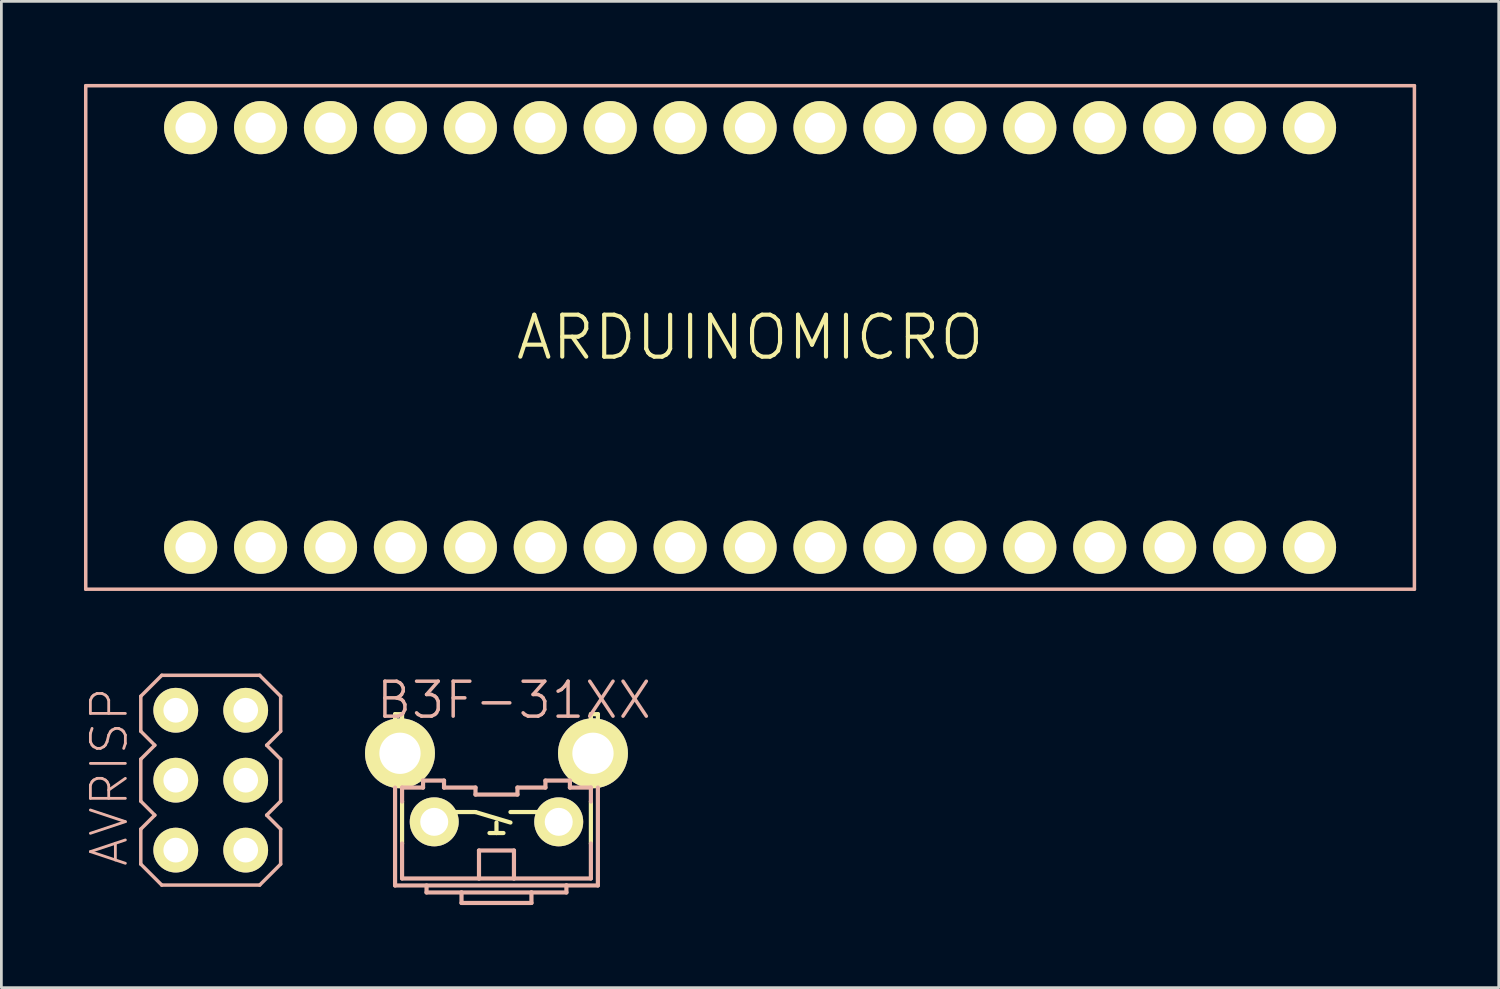
<source format=kicad_pcb>
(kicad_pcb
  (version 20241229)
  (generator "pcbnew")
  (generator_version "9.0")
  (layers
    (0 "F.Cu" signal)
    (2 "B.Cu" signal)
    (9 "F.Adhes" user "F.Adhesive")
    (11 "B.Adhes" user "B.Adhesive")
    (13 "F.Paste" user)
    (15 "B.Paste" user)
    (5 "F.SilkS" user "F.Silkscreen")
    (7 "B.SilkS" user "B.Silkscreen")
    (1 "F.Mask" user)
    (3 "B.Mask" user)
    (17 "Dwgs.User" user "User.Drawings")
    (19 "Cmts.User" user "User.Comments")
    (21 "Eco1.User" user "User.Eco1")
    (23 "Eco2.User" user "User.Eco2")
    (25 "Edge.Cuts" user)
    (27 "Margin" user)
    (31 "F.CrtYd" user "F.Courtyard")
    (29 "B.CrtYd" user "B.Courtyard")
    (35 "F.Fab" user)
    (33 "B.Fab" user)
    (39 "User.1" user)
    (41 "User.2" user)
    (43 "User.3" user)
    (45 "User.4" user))
  (footprint "B3F-31XX"
    (layer "F.Cu")
    (at 14.983 25.556)
    (property "Reference" "B3F-31XX" (at 0.635 -3.175 0) (layer "B.SilkS") (effects (font (size 1.27 1.27) (thickness 0.127))))
    (attr exclude_from_pos_files exclude_from_bom)
    (fp_line (start -3.683 -2.667) (end -3.429 -2.667) (stroke (width 0.152) (type solid)) (layer "F.SilkS"))
    (fp_line (start -3.683 0) (end -3.683 -2.667) (stroke (width 0.152) (type solid)) (layer "F.SilkS"))
    (fp_line (start -3.429 -2.667) (end -3.429 0) (stroke (width 0.152) (type solid)) (layer "F.SilkS"))
    (fp_line (start -3.429 0.508) (end -3.429 2.032) (stroke (width 0.152) (type solid)) (layer "F.SilkS"))
    (fp_line (start -1.651 0.889) (end -0.762 0.889) (stroke (width 0.152) (type solid)) (layer "F.SilkS"))
    (fp_line (start -0.762 0.889) (end 0.508 1.27) (stroke (width 0.152) (type solid)) (layer "F.SilkS"))
    (fp_line (start -0.254 1.651) (end 0 1.651) (stroke (width 0.152) (type solid)) (layer "F.SilkS"))
    (fp_line (start 0 1.27) (end 0 1.651) (stroke (width 0.152) (type solid)) (layer "F.SilkS"))
    (fp_line (start 0 1.651) (end 0.254 1.651) (stroke (width 0.152) (type solid)) (layer "F.SilkS"))
    (fp_line (start 0.508 0.889) (end 1.651 0.889) (stroke (width 0.152) (type solid)) (layer "F.SilkS"))
    (fp_line (start 3.429 -2.667) (end 3.683 -2.667) (stroke (width 0.152) (type solid)) (layer "F.SilkS"))
    (fp_line (start 3.429 0) (end 3.429 -2.667) (stroke (width 0.152) (type solid)) (layer "F.SilkS"))
    (fp_line (start 3.429 0.508) (end 3.429 2.032) (stroke (width 0.152) (type solid)) (layer "F.SilkS"))
    (fp_line (start 3.683 -2.667) (end 3.683 0) (stroke (width 0.152) (type solid)) (layer "F.SilkS"))
    (fp_line (start -3.683 0) (end -3.683 3.556) (stroke (width 0.152) (type solid)) (layer "B.SilkS"))
    (fp_line (start -3.429 0) (end -2.667 0) (stroke (width 0.152) (type solid)) (layer "B.SilkS"))
    (fp_line (start -3.429 0.508) (end -3.429 0) (stroke (width 0.152) (type solid)) (layer "B.SilkS"))
    (fp_line (start -3.429 2.032) (end -3.429 3.302) (stroke (width 0.152) (type solid)) (layer "B.SilkS"))
    (fp_line (start -3.429 3.302) (end -0.635 3.302) (stroke (width 0.152) (type solid)) (layer "B.SilkS"))
    (fp_line (start -2.667 -0.254) (end -2.667 0) (stroke (width 0.152) (type solid)) (layer "B.SilkS"))
    (fp_line (start -2.667 -0.254) (end -1.905 -0.254) (stroke (width 0.152) (type solid)) (layer "B.SilkS"))
    (fp_line (start -2.54 3.556) (end -2.54 3.81) (stroke (width 0.152) (type solid)) (layer "B.SilkS"))
    (fp_line (start -2.54 3.81) (end -1.27 3.81) (stroke (width 0.152) (type solid)) (layer "B.SilkS"))
    (fp_line (start -1.905 0) (end -1.905 -0.254) (stroke (width 0.152) (type solid)) (layer "B.SilkS"))
    (fp_line (start -1.905 0) (end -0.762 0) (stroke (width 0.152) (type solid)) (layer "B.SilkS"))
    (fp_line (start -1.27 3.81) (end -1.27 4.191) (stroke (width 0.152) (type solid)) (layer "B.SilkS"))
    (fp_line (start -1.27 3.81) (end 1.27 3.81) (stroke (width 0.152) (type solid)) (layer "B.SilkS"))
    (fp_line (start -1.27 4.191) (end 1.27 4.191) (stroke (width 0.152) (type solid)) (layer "B.SilkS"))
    (fp_line (start -0.762 0.254) (end -0.762 0) (stroke (width 0.152) (type solid)) (layer "B.SilkS"))
    (fp_line (start -0.762 0.254) (end 0.762 0.254) (stroke (width 0.152) (type solid)) (layer "B.SilkS"))
    (fp_line (start -0.635 2.286) (end 0.635 2.286) (stroke (width 0.152) (type solid)) (layer "B.SilkS"))
    (fp_line (start -0.635 3.302) (end -0.635 2.286) (stroke (width 0.152) (type solid)) (layer "B.SilkS"))
    (fp_line (start -0.635 3.302) (end 0.635 3.302) (stroke (width 0.152) (type solid)) (layer "B.SilkS"))
    (fp_line (start 0.635 3.302) (end 0.635 2.286) (stroke (width 0.152) (type solid)) (layer "B.SilkS"))
    (fp_line (start 0.635 3.302) (end 3.429 3.302) (stroke (width 0.152) (type solid)) (layer "B.SilkS"))
    (fp_line (start 0.762 0) (end 0.762 0.254) (stroke (width 0.152) (type solid)) (layer "B.SilkS"))
    (fp_line (start 0.762 0) (end 1.778 0) (stroke (width 0.152) (type solid)) (layer "B.SilkS"))
    (fp_line (start 1.27 3.81) (end 1.27 4.191) (stroke (width 0.152) (type solid)) (layer "B.SilkS"))
    (fp_line (start 1.27 3.81) (end 2.54 3.81) (stroke (width 0.152) (type solid)) (layer "B.SilkS"))
    (fp_line (start 1.778 -0.254) (end 2.667 -0.254) (stroke (width 0.152) (type solid)) (layer "B.SilkS"))
    (fp_line (start 1.778 0) (end 1.778 -0.254) (stroke (width 0.152) (type solid)) (layer "B.SilkS"))
    (fp_line (start 2.54 3.556) (end -3.683 3.556) (stroke (width 0.152) (type solid)) (layer "B.SilkS"))
    (fp_line (start 2.54 3.556) (end 2.54 3.81) (stroke (width 0.152) (type solid)) (layer "B.SilkS"))
    (fp_line (start 2.667 0) (end 2.667 -0.254) (stroke (width 0.152) (type solid)) (layer "B.SilkS"))
    (fp_line (start 2.667 0) (end 3.429 0) (stroke (width 0.152) (type solid)) (layer "B.SilkS"))
    (fp_line (start 3.429 0.508) (end 3.429 0) (stroke (width 0.152) (type solid)) (layer "B.SilkS"))
    (fp_line (start 3.429 2.032) (end 3.429 3.302) (stroke (width 0.152) (type solid)) (layer "B.SilkS"))
    (fp_line (start 3.683 0) (end 3.683 3.556) (stroke (width 0.152) (type solid)) (layer "B.SilkS"))
    (fp_line (start 3.683 3.556) (end 2.54 3.556) (stroke (width 0.152) (type solid)) (layer "B.SilkS"))
    (pad "1" thru_hole circle (at -2.261 1.245) (size 1.778 1.778) (drill 1.016) (layers "*.Cu" "F.Mask" "F.SilkS" "F.Paste"))
    (pad "2" thru_hole circle (at 2.261 1.245) (size 1.778 1.778) (drill 1.016) (layers "*.Cu" "F.Mask" "F.SilkS" "F.Paste"))
    (pad "3" thru_hole circle (at -3.505 -1.245) (size 2.54 2.54) (drill 1.499) (layers "*.Cu" "F.Mask" "F.SilkS" "F.Paste"))
    (pad "4" thru_hole circle (at 3.505 -1.245) (size 2.54 2.54) (drill 1.499) (layers "*.Cu" "F.Mask" "F.SilkS" "F.Paste")))
  (footprint "AVRISP"
    (layer "F.Cu")
    (at 4.604 25.288)
    (property "Reference" "AVRISP" (at -3.683 -0.127 90) (layer "B.SilkS") (effects (font (size 1.27 1.27) (thickness 0.102))))
    (attr exclude_from_pos_files exclude_from_bom)
    (fp_line (start -2.54 -3.048) (end -1.778 -3.81) (stroke (width 0.127) (type solid)) (layer "B.SilkS"))
    (fp_line (start -2.54 -1.778) (end -2.54 -3.048) (stroke (width 0.127) (type solid)) (layer "B.SilkS"))
    (fp_line (start -2.54 -0.762) (end -2.032 -1.27) (stroke (width 0.127) (type solid)) (layer "B.SilkS"))
    (fp_line (start -2.54 0.762) (end -2.54 -0.762) (stroke (width 0.127) (type solid)) (layer "B.SilkS"))
    (fp_line (start -2.54 1.778) (end -2.032 1.27) (stroke (width 0.127) (type solid)) (layer "B.SilkS"))
    (fp_line (start -2.54 3.048) (end -2.54 1.778) (stroke (width 0.127) (type solid)) (layer "B.SilkS"))
    (fp_line (start -2.032 -1.27) (end -2.54 -1.778) (stroke (width 0.127) (type solid)) (layer "B.SilkS"))
    (fp_line (start -2.032 1.27) (end -2.54 0.762) (stroke (width 0.127) (type solid)) (layer "B.SilkS"))
    (fp_line (start -1.778 -3.81) (end 1.778 -3.81) (stroke (width 0.127) (type solid)) (layer "B.SilkS"))
    (fp_line (start -1.778 3.81) (end -2.54 3.048) (stroke (width 0.127) (type solid)) (layer "B.SilkS"))
    (fp_line (start 1.778 -3.81) (end 2.54 -3.048) (stroke (width 0.127) (type solid)) (layer "B.SilkS"))
    (fp_line (start 1.778 3.81) (end -1.778 3.81) (stroke (width 0.127) (type solid)) (layer "B.SilkS"))
    (fp_line (start 2.032 -1.27) (end 2.54 -0.762) (stroke (width 0.127) (type solid)) (layer "B.SilkS"))
    (fp_line (start 2.032 1.27) (end 2.54 1.778) (stroke (width 0.127) (type solid)) (layer "B.SilkS"))
    (fp_line (start 2.54 -3.048) (end 2.54 -1.778) (stroke (width 0.127) (type solid)) (layer "B.SilkS"))
    (fp_line (start 2.54 -1.778) (end 2.032 -1.27) (stroke (width 0.127) (type solid)) (layer "B.SilkS"))
    (fp_line (start 2.54 -0.762) (end 2.54 0.762) (stroke (width 0.127) (type solid)) (layer "B.SilkS"))
    (fp_line (start 2.54 0.762) (end 2.032 1.27) (stroke (width 0.127) (type solid)) (layer "B.SilkS"))
    (fp_line (start 2.54 1.778) (end 2.54 3.048) (stroke (width 0.127) (type solid)) (layer "B.SilkS"))
    (fp_line (start 2.54 3.048) (end 1.778 3.81) (stroke (width 0.127) (type solid)) (layer "B.SilkS"))
    (pad "1" thru_hole circle (at -1.27 -2.54) (size 1.626 1.626) (drill 0.899) (layers "*.Cu" "F.Mask" "F.SilkS" "F.Paste"))
    (pad "2" thru_hole circle (at 1.27 -2.54) (size 1.626 1.626) (drill 0.899) (layers "*.Cu" "F.Mask" "F.SilkS" "F.Paste"))
    (pad "3" thru_hole circle (at -1.27 0) (size 1.626 1.626) (drill 0.899) (layers "*.Cu" "F.Mask" "F.SilkS" "F.Paste"))
    (pad "4" thru_hole circle (at 1.27 0) (size 1.626 1.626) (drill 0.899) (layers "*.Cu" "F.Mask" "F.SilkS" "F.Paste"))
    (pad "5" thru_hole circle (at -1.27 2.54) (size 1.626 1.626) (drill 0.899) (layers "*.Cu" "F.Mask" "F.SilkS" "F.Paste"))
    (pad "6" thru_hole circle (at 1.27 2.54) (size 1.626 1.626) (drill 0.899) (layers "*.Cu" "F.Mask" "F.SilkS" "F.Paste")))
  (footprint "ARDUINOMICRO"
    (layer "F.Cu")
    (at 24.194 9.207)
    (property "Reference" "ARDUINOMICRO" (at 0 0 0) (layer "F.SilkS") (effects (font (size 1.524 1.524) (thickness 0.15))))
    (attr exclude_from_pos_files exclude_from_bom)
    (fp_line (start -24.13 -9.144) (end -24.13 9.144) (stroke (width 0.127) (type solid)) (layer "B.SilkS"))
    (fp_line (start -24.13 9.144) (end 24.13 9.144) (stroke (width 0.127) (type solid)) (layer "B.SilkS"))
    (fp_line (start 24.13 -9.144) (end -24.13 -9.144) (stroke (width 0.127) (type solid)) (layer "B.SilkS"))
    (fp_line (start 24.13 9.144) (end 24.13 -9.144) (stroke (width 0.127) (type solid)) (layer "B.SilkS"))
    (pad "P$1" thru_hole circle (at -20.32 -7.62) (size 1.93 1.93) (drill 1.1) (layers "*.Cu" "F.Mask" "F.SilkS" "F.Paste"))
    (pad "P$2" thru_hole circle (at -17.78 -7.62) (size 1.93 1.93) (drill 1.1) (layers "*.Cu" "F.Mask" "F.SilkS" "F.Paste"))
    (pad "P$3" thru_hole circle (at -15.24 -7.62) (size 1.93 1.93) (drill 1.1) (layers "*.Cu" "F.Mask" "F.SilkS" "F.Paste"))
    (pad "P$4" thru_hole circle (at -12.7 -7.62) (size 1.93 1.93) (drill 1.1) (layers "*.Cu" "F.Mask" "F.SilkS" "F.Paste"))
    (pad "P$5" thru_hole circle (at -10.16 -7.62) (size 1.93 1.93) (drill 1.1) (layers "*.Cu" "F.Mask" "F.SilkS" "F.Paste"))
    (pad "P$6" thru_hole circle (at -7.62 -7.62) (size 1.93 1.93) (drill 1.1) (layers "*.Cu" "F.Mask" "F.SilkS" "F.Paste"))
    (pad "P$7" thru_hole circle (at -5.08 -7.62) (size 1.93 1.93) (drill 1.1) (layers "*.Cu" "F.Mask" "F.SilkS" "F.Paste"))
    (pad "P$8" thru_hole circle (at -2.54 -7.62) (size 1.93 1.93) (drill 1.1) (layers "*.Cu" "F.Mask" "F.SilkS" "F.Paste"))
    (pad "P$9" thru_hole circle (at 0 -7.62) (size 1.93 1.93) (drill 1.1) (layers "*.Cu" "F.Mask" "F.SilkS" "F.Paste"))
    (pad "P$10" thru_hole circle (at 2.54 -7.62) (size 1.93 1.93) (drill 1.1) (layers "*.Cu" "F.Mask" "F.SilkS" "F.Paste"))
    (pad "P$11" thru_hole circle (at 5.08 -7.62) (size 1.93 1.93) (drill 1.1) (layers "*.Cu" "F.Mask" "F.SilkS" "F.Paste"))
    (pad "P$12" thru_hole circle (at 12.7 7.62) (size 1.93 1.93) (drill 1.1) (layers "*.Cu" "F.Mask" "F.SilkS" "F.Paste"))
    (pad "P$13" thru_hole circle (at 10.16 7.62) (size 1.93 1.93) (drill 1.1) (layers "*.Cu" "F.Mask" "F.SilkS" "F.Paste"))
    (pad "P$14" thru_hole circle (at 12.7 -7.62) (size 1.93 1.93) (drill 1.1) (layers "*.Cu" "F.Mask" "F.SilkS" "F.Paste"))
    (pad "P$15" thru_hole circle (at 15.24 -7.62) (size 1.93 1.93) (drill 1.1) (layers "*.Cu" "F.Mask" "F.SilkS" "F.Paste"))
    (pad "P$16" thru_hole circle (at 17.78 -7.62) (size 1.93 1.93) (drill 1.1) (layers "*.Cu" "F.Mask" "F.SilkS" "F.Paste"))
    (pad "P$17" thru_hole circle (at 20.32 -7.62) (size 1.93 1.93) (drill 1.1) (layers "*.Cu" "F.Mask" "F.SilkS" "F.Paste"))
    (pad "P$18" thru_hole circle (at 20.32 7.62) (size 1.93 1.93) (drill 1.1) (layers "*.Cu" "F.Mask" "F.SilkS" "F.Paste"))
    (pad "P$19" thru_hole circle (at 17.78 7.62) (size 1.93 1.93) (drill 1.1) (layers "*.Cu" "F.Mask" "F.SilkS" "F.Paste"))
    (pad "P$20" thru_hole circle (at 15.24 7.62) (size 1.93 1.93) (drill 1.1) (layers "*.Cu" "F.Mask" "F.SilkS" "F.Paste"))
    (pad "P$21" thru_hole circle (at 7.62 -7.62) (size 1.93 1.93) (drill 1.1) (layers "*.Cu" "F.Mask" "F.SilkS" "F.Paste"))
    (pad "P$22" thru_hole circle (at 10.16 -7.62) (size 1.93 1.93) (drill 1.1) (layers "*.Cu" "F.Mask" "F.SilkS" "F.Paste"))
    (pad "P$23" thru_hole circle (at 7.62 7.62) (size 1.93 1.93) (drill 1.1) (layers "*.Cu" "F.Mask" "F.SilkS" "F.Paste"))
    (pad "P$24" thru_hole circle (at 5.08 7.62) (size 1.93 1.93) (drill 1.1) (layers "*.Cu" "F.Mask" "F.SilkS" "F.Paste"))
    (pad "P$25" thru_hole circle (at 2.54 7.62) (size 1.93 1.93) (drill 1.1) (layers "*.Cu" "F.Mask" "F.SilkS" "F.Paste"))
    (pad "P$26" thru_hole circle (at 0 7.62) (size 1.93 1.93) (drill 1.1) (layers "*.Cu" "F.Mask" "F.SilkS" "F.Paste"))
    (pad "P$27" thru_hole circle (at -2.54 7.62) (size 1.93 1.93) (drill 1.1) (layers "*.Cu" "F.Mask" "F.SilkS" "F.Paste"))
    (pad "P$28" thru_hole circle (at -5.08 7.62) (size 1.93 1.93) (drill 1.1) (layers "*.Cu" "F.Mask" "F.SilkS" "F.Paste"))
    (pad "P$29" thru_hole circle (at -7.62 7.62) (size 1.93 1.93) (drill 1.1) (layers "*.Cu" "F.Mask" "F.SilkS" "F.Paste"))
    (pad "P$30" thru_hole circle (at -10.16 7.62) (size 1.93 1.93) (drill 1.1) (layers "*.Cu" "F.Mask" "F.SilkS" "F.Paste"))
    (pad "P$31" thru_hole circle (at -12.7 7.62) (size 1.93 1.93) (drill 1.1) (layers "*.Cu" "F.Mask" "F.SilkS" "F.Paste"))
    (pad "P$32" thru_hole circle (at -15.24 7.62) (size 1.93 1.93) (drill 1.1) (layers "*.Cu" "F.Mask" "F.SilkS" "F.Paste"))
    (pad "P$33" thru_hole circle (at -17.78 7.62) (size 1.93 1.93) (drill 1.1) (layers "*.Cu" "F.Mask" "F.SilkS" "F.Paste"))
    (pad "P$34" thru_hole circle (at -20.32 7.62) (size 1.93 1.93) (drill 1.1) (layers "*.Cu" "F.Mask" "F.SilkS" "F.Paste")))
  (gr_rect
    (start -3 -3)
    (end 51.387 32.823)
    (stroke (width 0.1) (type default))
    (fill no)
    (layer "Edge.Cuts")))
</source>
